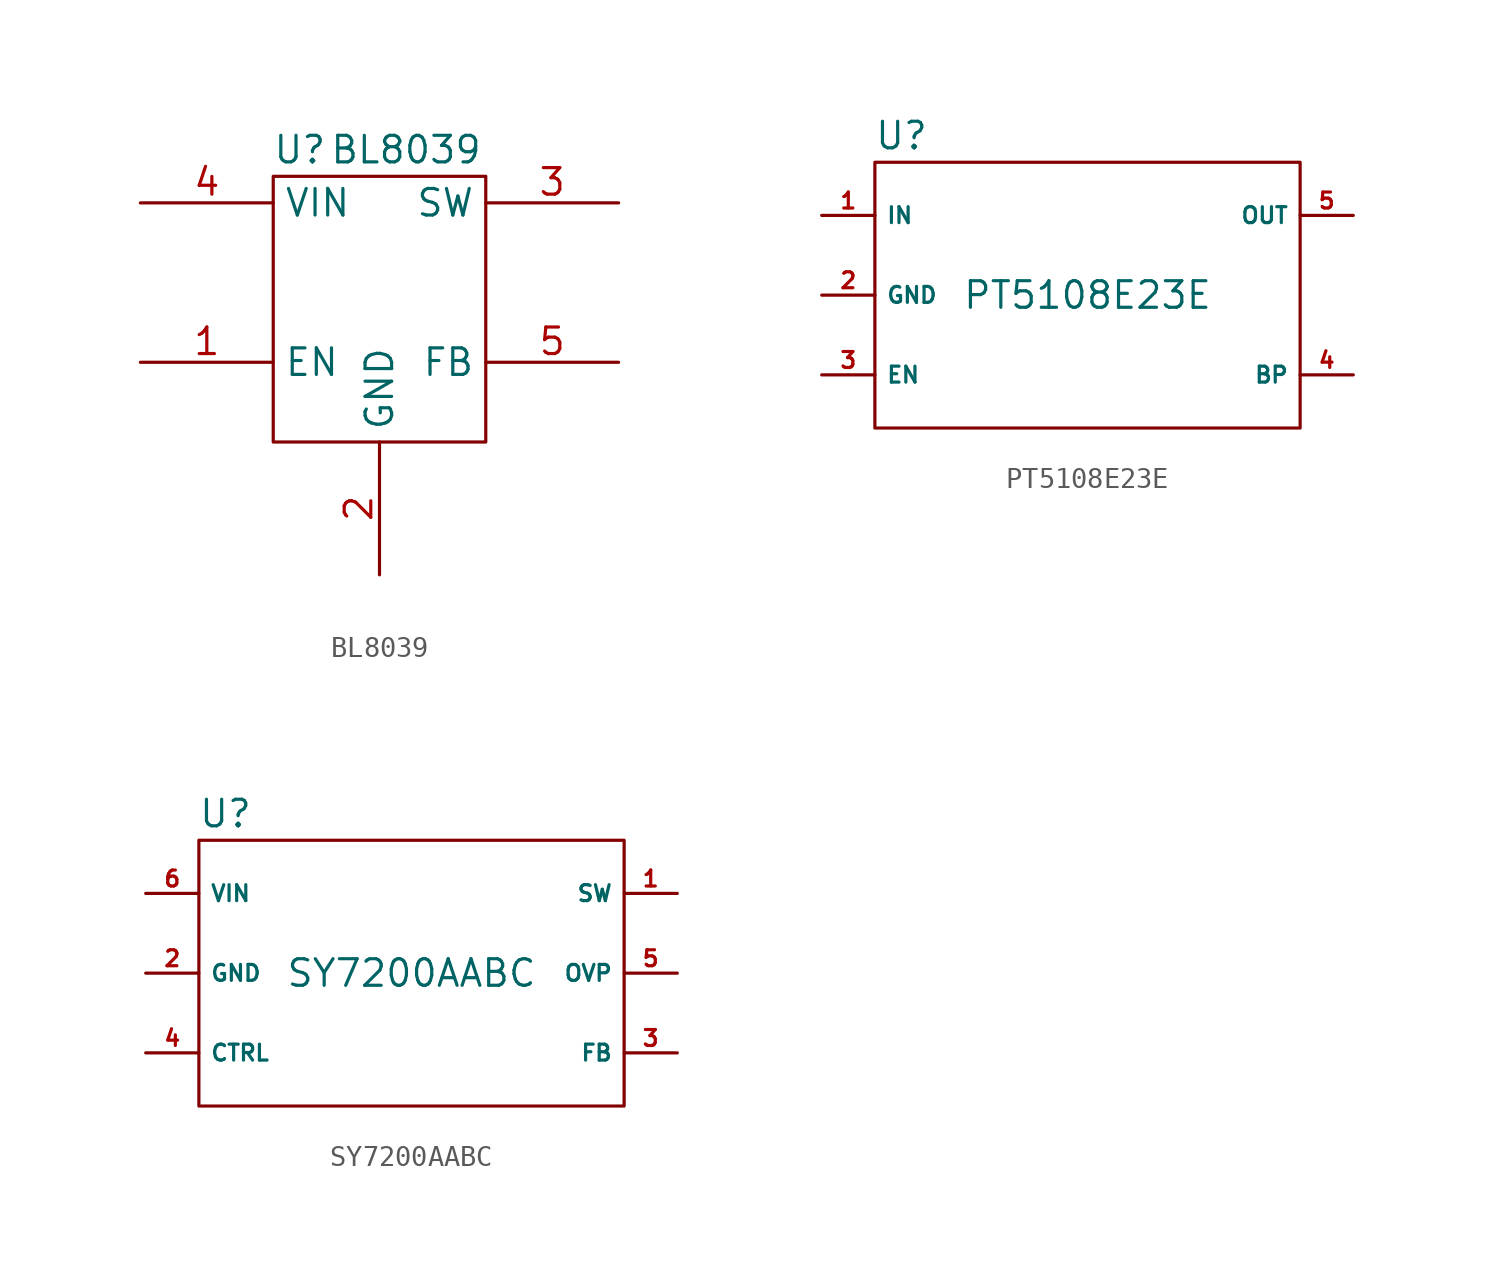
<source format=kicad_sym>
(kicad_symbol_lib
  (version 20220914)
  (generator kicad_symbol_editor)
  (symbol "BL8039"
    (property "Reference" "U"
      (at -1.27 3.81 0)
      (effects (font (size 1.27 1.27))))
    (property "Value" "BL8039"
      (at 3.81 3.81 0)
      (effects (font (size 1.27 1.27))))
    (symbol "BL8039_0_1"
      (rectangle (start -2.54 2.54) (end 7.62 -10.16) (stroke (width 0) (type default)) (fill (type none))))
    (symbol "BL8039_1_1"
      (pin input line (at -8.89 -6.35 0) (length 6.35) (name "EN" (effects (font (size 1.27 1.27)))) (number "1" (effects (font (size 1.27 1.27)))))
      (pin power_in line (at 2.54 -16.51 90) (length 6.35) (name "GND" (effects (font (size 1.27 1.27)))) (number "2" (effects (font (size 1.27 1.27)))))
      (pin power_out line (at 13.97 1.27 180) (length 6.35) (name "SW" (effects (font (size 1.27 1.27)))) (number "3" (effects (font (size 1.27 1.27)))))
      (pin power_in line (at -8.89 1.27 0) (length 6.35) (name "VIN" (effects (font (size 1.27 1.27)))) (number "4" (effects (font (size 1.27 1.27)))))
      (pin input line (at 13.97 -6.35 180) (length 6.35) (name "FB" (effects (font (size 1.27 1.27)))) (number "5" (effects (font (size 1.27 1.27)))))))
  (symbol "PT5108E23E"
    (property "Reference" "U"
      (at -8.89 7.62 0)
      (effects (font (size 1.27 1.27))))
    (property "Value" "PT5108E23E"
      (at 0 0 0)
      (effects (font (size 1.27 1.27))))
    (symbol "PT5108E23E_0_1"
      (rectangle (start -10.16 6.35) (end 10.16 -6.35) (stroke (width 0) (type default)) (fill (type none))))
    (symbol "PT5108E23E_1_1"
      (pin power_in line (at -12.7 3.81 0) (length 2.54) (name "IN" (effects (font (size 0.762 0.762)))) (number "1" (effects (font (size 0.762 0.762)))))
      (pin power_in line (at -12.7 0 0) (length 2.54) (name "GND" (effects (font (size 0.762 0.762)))) (number "2" (effects (font (size 0.762 0.762)))))
      (pin input line (at -12.7 -3.81 0) (length 2.54) (name "EN" (effects (font (size 0.762 0.762)))) (number "3" (effects (font (size 0.762 0.762)))))
      (pin power_out line (at 12.7 -3.81 180) (length 2.54) (name "BP" (effects (font (size 0.762 0.762)))) (number "4" (effects (font (size 0.762 0.762)))))
      (pin power_out line (at 12.7 3.81 180) (length 2.54) (name "OUT" (effects (font (size 0.762 0.762)))) (number "5" (effects (font (size 0.762 0.762)))))))
  (symbol "SY7200AABC"
    (property "Reference" "U"
      (at -8.89 7.62 0)
      (effects (font (size 1.27 1.27))))
    (property "Value" "SY7200AABC"
      (at 0 0 0)
      (effects (font (size 1.27 1.27))))
    (symbol "SY7200AABC_0_1"
      (rectangle (start -10.16 6.35) (end 10.16 -6.35) (stroke (width 0) (type default)) (fill (type none))))
    (symbol "SY7200AABC_1_1"
      (pin power_out line (at 12.7 3.81 180) (length 2.54) (name "SW" (effects (font (size 0.762 0.762)))) (number "1" (effects (font (size 0.762 0.762)))))
      (pin power_in line (at -12.7 0 0) (length 2.54) (name "GND" (effects (font (size 0.762 0.762)))) (number "2" (effects (font (size 0.762 0.762)))))
      (pin power_out line (at 12.7 -3.81 180) (length 2.54) (name "FB" (effects (font (size 0.762 0.762)))) (number "3" (effects (font (size 0.762 0.762)))))
      (pin input line (at -12.7 -3.81 0) (length 2.54) (name "CTRL" (effects (font (size 0.762 0.762)))) (number "4" (effects (font (size 0.762 0.762)))))
      (pin power_out line (at 12.7 0 180) (length 2.54) (name "OVP" (effects (font (size 0.762 0.762)))) (number "5" (effects (font (size 0.762 0.762)))))
      (pin power_in line (at -12.7 3.81 0) (length 2.54) (name "VIN" (effects (font (size 0.762 0.762)))) (number "6" (effects (font (size 0.762 0.762))))))))
</source>
